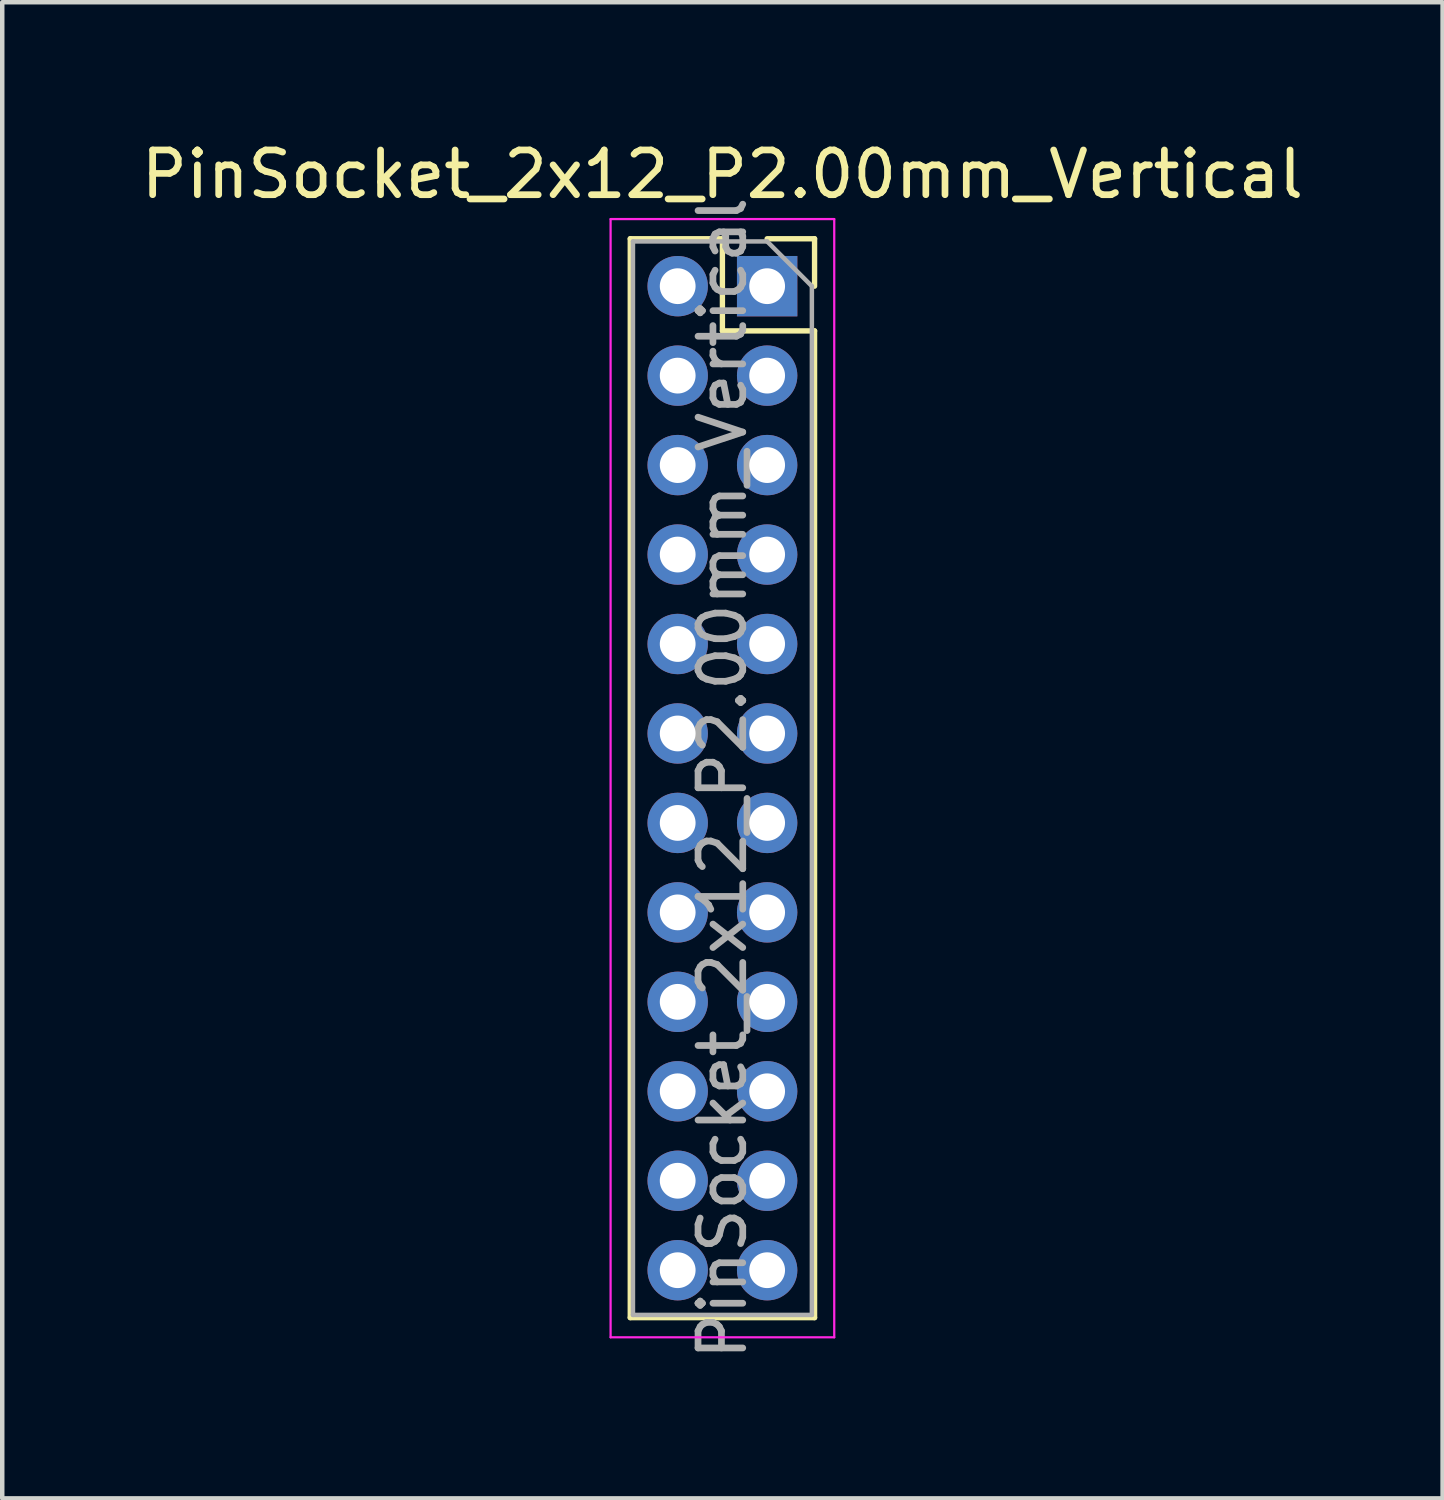
<source format=kicad_pcb>
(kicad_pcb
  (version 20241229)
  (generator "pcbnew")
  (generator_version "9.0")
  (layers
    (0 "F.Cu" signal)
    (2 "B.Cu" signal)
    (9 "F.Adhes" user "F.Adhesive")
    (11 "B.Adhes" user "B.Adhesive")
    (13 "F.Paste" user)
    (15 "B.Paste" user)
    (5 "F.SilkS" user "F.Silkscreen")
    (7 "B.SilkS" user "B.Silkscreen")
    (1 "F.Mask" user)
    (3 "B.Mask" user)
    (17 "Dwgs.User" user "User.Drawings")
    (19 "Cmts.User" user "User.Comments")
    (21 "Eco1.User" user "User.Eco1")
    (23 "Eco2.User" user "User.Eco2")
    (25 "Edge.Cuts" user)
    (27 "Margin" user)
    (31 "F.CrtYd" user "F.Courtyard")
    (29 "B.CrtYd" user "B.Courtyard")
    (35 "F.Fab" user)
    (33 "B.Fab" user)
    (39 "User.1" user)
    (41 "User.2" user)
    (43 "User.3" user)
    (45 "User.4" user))
  (footprint "PinSocket_2x12_P2.00mm_Vertical"
    (layer "F.Cu")
    (at 14.101 3.348)
    (property "Reference" "PinSocket_2x12_P2.00mm_Vertical" (at -1 -2.5 0) (layer "F.SilkS") (effects (font (size 1 1) (thickness 0.15))))
    (attr through_hole)
    (fp_line (start -3.06 -1.06) (end -3.06 23.06) (stroke (width 0.12) (type solid)) (layer "F.SilkS"))
    (fp_line (start -3.06 -1.06) (end -1 -1.06) (stroke (width 0.12) (type solid)) (layer "F.SilkS"))
    (fp_line (start -3.06 23.06) (end 1.06 23.06) (stroke (width 0.12) (type solid)) (layer "F.SilkS"))
    (fp_line (start -1 -1.06) (end -1 1) (stroke (width 0.12) (type solid)) (layer "F.SilkS"))
    (fp_line (start -1 1) (end 1.06 1) (stroke (width 0.12) (type solid)) (layer "F.SilkS"))
    (fp_line (start 0 -1.06) (end 1.06 -1.06) (stroke (width 0.12) (type solid)) (layer "F.SilkS"))
    (fp_line (start 1.06 -1.06) (end 1.06 0) (stroke (width 0.12) (type solid)) (layer "F.SilkS"))
    (fp_line (start 1.06 1) (end 1.06 23.06) (stroke (width 0.12) (type solid)) (layer "F.SilkS"))
    (fp_line (start -3.5 -1.5) (end 1.5 -1.5) (stroke (width 0.05) (type solid)) (layer "F.CrtYd"))
    (fp_line (start -3.5 23.5) (end -3.5 -1.5) (stroke (width 0.05) (type solid)) (layer "F.CrtYd"))
    (fp_line (start 1.5 -1.5) (end 1.5 23.5) (stroke (width 0.05) (type solid)) (layer "F.CrtYd"))
    (fp_line (start 1.5 23.5) (end -3.5 23.5) (stroke (width 0.05) (type solid)) (layer "F.CrtYd"))
    (fp_line (start -3 -1) (end 0 -1) (stroke (width 0.1) (type solid)) (layer "F.Fab"))
    (fp_line (start -3 23) (end -3 -1) (stroke (width 0.1) (type solid)) (layer "F.Fab"))
    (fp_line (start 0 -1) (end 1 0) (stroke (width 0.1) (type solid)) (layer "F.Fab"))
    (fp_line (start 1 0) (end 1 23) (stroke (width 0.1) (type solid)) (layer "F.Fab"))
    (fp_line (start 1 23) (end -3 23) (stroke (width 0.1) (type solid)) (layer "F.Fab"))
    (fp_text user "${REFERENCE}" (at -1 11 90) (layer "F.Fab") (effects (font (size 1 1) (thickness 0.15))))
    (pad "1" thru_hole rect (at 0 0) (size 1.35 1.35) (drill 0.8) (layers "*.Cu" "*.Mask"))
    (pad "2" thru_hole oval (at -2 0) (size 1.35 1.35) (drill 0.8) (layers "*.Cu" "*.Mask"))
    (pad "3" thru_hole oval (at 0 2) (size 1.35 1.35) (drill 0.8) (layers "*.Cu" "*.Mask"))
    (pad "4" thru_hole oval (at -2 2) (size 1.35 1.35) (drill 0.8) (layers "*.Cu" "*.Mask"))
    (pad "5" thru_hole oval (at 0 4) (size 1.35 1.35) (drill 0.8) (layers "*.Cu" "*.Mask"))
    (pad "6" thru_hole oval (at -2 4) (size 1.35 1.35) (drill 0.8) (layers "*.Cu" "*.Mask"))
    (pad "7" thru_hole oval (at 0 6) (size 1.35 1.35) (drill 0.8) (layers "*.Cu" "*.Mask"))
    (pad "8" thru_hole oval (at -2 6) (size 1.35 1.35) (drill 0.8) (layers "*.Cu" "*.Mask"))
    (pad "9" thru_hole oval (at 0 8) (size 1.35 1.35) (drill 0.8) (layers "*.Cu" "*.Mask"))
    (pad "10" thru_hole oval (at -2 8) (size 1.35 1.35) (drill 0.8) (layers "*.Cu" "*.Mask"))
    (pad "11" thru_hole oval (at 0 10) (size 1.35 1.35) (drill 0.8) (layers "*.Cu" "*.Mask"))
    (pad "12" thru_hole oval (at -2 10) (size 1.35 1.35) (drill 0.8) (layers "*.Cu" "*.Mask"))
    (pad "13" thru_hole oval (at 0 12) (size 1.35 1.35) (drill 0.8) (layers "*.Cu" "*.Mask"))
    (pad "14" thru_hole oval (at -2 12) (size 1.35 1.35) (drill 0.8) (layers "*.Cu" "*.Mask"))
    (pad "15" thru_hole oval (at 0 14) (size 1.35 1.35) (drill 0.8) (layers "*.Cu" "*.Mask"))
    (pad "16" thru_hole oval (at -2 14) (size 1.35 1.35) (drill 0.8) (layers "*.Cu" "*.Mask"))
    (pad "17" thru_hole oval (at 0 16) (size 1.35 1.35) (drill 0.8) (layers "*.Cu" "*.Mask"))
    (pad "18" thru_hole oval (at -2 16) (size 1.35 1.35) (drill 0.8) (layers "*.Cu" "*.Mask"))
    (pad "19" thru_hole oval (at 0 18) (size 1.35 1.35) (drill 0.8) (layers "*.Cu" "*.Mask"))
    (pad "20" thru_hole oval (at -2 18) (size 1.35 1.35) (drill 0.8) (layers "*.Cu" "*.Mask"))
    (pad "21" thru_hole oval (at 0 20) (size 1.35 1.35) (drill 0.8) (layers "*.Cu" "*.Mask"))
    (pad "22" thru_hole oval (at -2 20) (size 1.35 1.35) (drill 0.8) (layers "*.Cu" "*.Mask"))
    (pad "23" thru_hole oval (at 0 22) (size 1.35 1.35) (drill 0.8) (layers "*.Cu" "*.Mask"))
    (pad "24" thru_hole oval (at -2 22) (size 1.35 1.35) (drill 0.8) (layers "*.Cu" "*.Mask")))
  (gr_rect
    (start -3 -3)
    (end 29.202 30.449)
    (stroke (width 0.1) (type default))
    (fill no)
    (layer "Edge.Cuts")))
</source>
